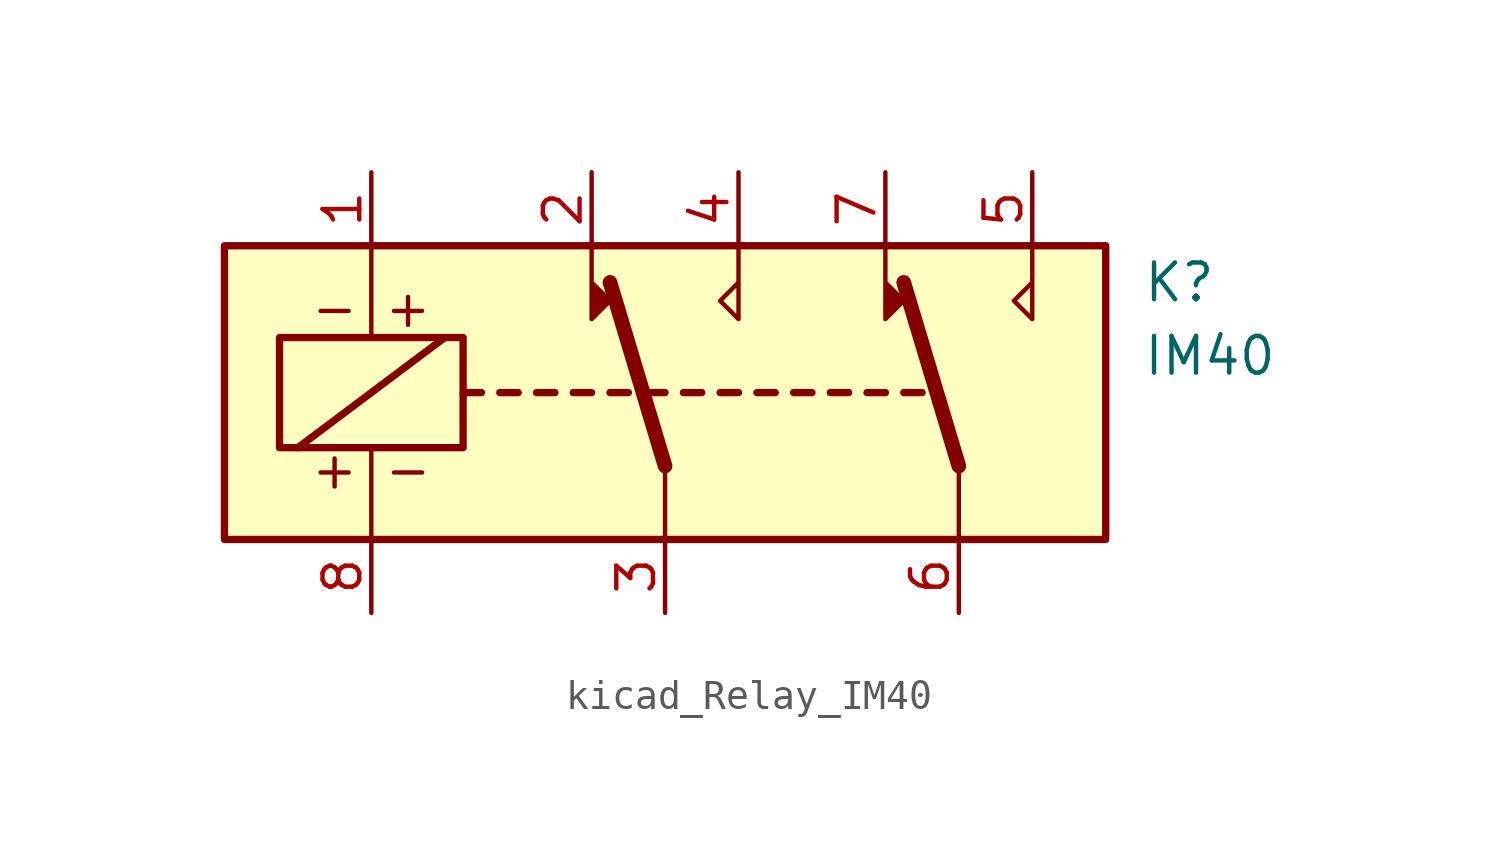
<source format=kicad_sym>
(kicad_symbol_lib
  (version 20220914)
  (generator kicad_symbol_editor)
  (symbol "kicad_Relay_IM40"
    (property "Reference" "K"
      (at 16.51 3.81 0)
      (effects (font (size 1.27 1.27)) (justify left)))
    (property "Value" "IM40"
      (at 16.51 1.27 0)
      (effects (font (size 1.27 1.27)) (justify left)))
    (symbol "kicad_Relay_IM40_0_0"
      (text "+ -" (at -10.16 -2.667 0) (effects (font (size 1.27 1.27))))
      (text "- +" (at -10.16 2.921 0) (effects (font (size 1.27 1.27)))))
    (symbol "kicad_Relay_IM40_0_1"
      (rectangle (start -15.24 5.08) (end 15.24 -5.08) (stroke (width 0.254) (type default)) (fill (type background)))
      (rectangle (start -13.335 1.905) (end -6.985 -1.905) (stroke (width 0.254) (type default)) (fill (type none)))
      (polyline (pts (xy -12.7 -1.905) (xy -7.62 1.905)) (stroke (width 0.254) (type default)) (fill (type none)))
      (polyline (pts (xy -10.16 -5.08) (xy -10.16 -1.905)) (stroke (width 0) (type default)) (fill (type none)))
      (polyline (pts (xy -10.16 5.08) (xy -10.16 1.905)) (stroke (width 0) (type default)) (fill (type none)))
      (polyline (pts (xy -6.985 0) (xy -6.35 0)) (stroke (width 0.254) (type default)) (fill (type none)))
      (polyline (pts (xy -5.715 0) (xy -5.08 0)) (stroke (width 0.254) (type default)) (fill (type none)))
      (polyline (pts (xy -4.445 0) (xy -3.81 0)) (stroke (width 0.254) (type default)) (fill (type none)))
      (polyline (pts (xy -3.175 0) (xy -2.54 0)) (stroke (width 0.254) (type default)) (fill (type none)))
      (polyline (pts (xy -1.905 0) (xy -1.27 0)) (stroke (width 0.254) (type default)) (fill (type none)))
      (polyline (pts (xy -0.635 0) (xy 0 0)) (stroke (width 0.254) (type default)) (fill (type none)))
      (polyline (pts (xy 0 -2.54) (xy -1.905 3.81)) (stroke (width 0.508) (type default)) (fill (type none)))
      (polyline (pts (xy 0 -2.54) (xy 0 -5.08)) (stroke (width 0) (type default)) (fill (type none)))
      (polyline (pts (xy 0.635 0) (xy 1.27 0)) (stroke (width 0.254) (type default)) (fill (type none)))
      (polyline (pts (xy 1.905 0) (xy 2.54 0)) (stroke (width 0.254) (type default)) (fill (type none)))
      (polyline (pts (xy 3.175 0) (xy 3.81 0)) (stroke (width 0.254) (type default)) (fill (type none)))
      (polyline (pts (xy 4.445 0) (xy 5.08 0)) (stroke (width 0.254) (type default)) (fill (type none)))
      (polyline (pts (xy 5.715 0) (xy 6.35 0)) (stroke (width 0.254) (type default)) (fill (type none)))
      (polyline (pts (xy 6.985 0) (xy 7.62 0)) (stroke (width 0.254) (type default)) (fill (type none)))
      (polyline (pts (xy 8.255 0) (xy 8.89 0)) (stroke (width 0.254) (type default)) (fill (type none)))
      (polyline (pts (xy 10.16 -2.54) (xy 8.255 3.81)) (stroke (width 0.508) (type default)) (fill (type none)))
      (polyline (pts (xy 10.16 -2.54) (xy 10.16 -5.08)) (stroke (width 0) (type default)) (fill (type none)))
      (polyline (pts (xy -2.54 5.08) (xy -2.54 2.54) (xy -1.905 3.175) (xy -2.54 3.81)) (stroke (width 0) (type default)) (fill (type outline)))
      (polyline (pts (xy 2.54 5.08) (xy 2.54 2.54) (xy 1.905 3.175) (xy 2.54 3.81)) (stroke (width 0) (type default)) (fill (type none)))
      (polyline (pts (xy 7.62 5.08) (xy 7.62 2.54) (xy 8.255 3.175) (xy 7.62 3.81)) (stroke (width 0) (type default)) (fill (type outline)))
      (polyline (pts (xy 12.7 5.08) (xy 12.7 2.54) (xy 12.065 3.175) (xy 12.7 3.81)) (stroke (width 0) (type default)) (fill (type none))))
    (symbol "kicad_Relay_IM40_1_1"
      (pin passive line (at -10.16 7.62 270) (length 2.54) (name "~" (effects (font (size 1.27 1.27)))) (number "1" (effects (font (size 1.27 1.27)))))
      (pin passive line (at -2.54 7.62 270) (length 2.54) (name "~" (effects (font (size 1.27 1.27)))) (number "2" (effects (font (size 1.27 1.27)))))
      (pin passive line (at 0 -7.62 90) (length 2.54) (name "~" (effects (font (size 1.27 1.27)))) (number "3" (effects (font (size 1.27 1.27)))))
      (pin passive line (at 2.54 7.62 270) (length 2.54) (name "~" (effects (font (size 1.27 1.27)))) (number "4" (effects (font (size 1.27 1.27)))))
      (pin passive line (at 12.7 7.62 270) (length 2.54) (name "~" (effects (font (size 1.27 1.27)))) (number "5" (effects (font (size 1.27 1.27)))))
      (pin passive line (at 10.16 -7.62 90) (length 2.54) (name "~" (effects (font (size 1.27 1.27)))) (number "6" (effects (font (size 1.27 1.27)))))
      (pin passive line (at 7.62 7.62 270) (length 2.54) (name "~" (effects (font (size 1.27 1.27)))) (number "7" (effects (font (size 1.27 1.27)))))
      (pin passive line (at -10.16 -7.62 90) (length 2.54) (name "~" (effects (font (size 1.27 1.27)))) (number "8" (effects (font (size 1.27 1.27))))))))
</source>
